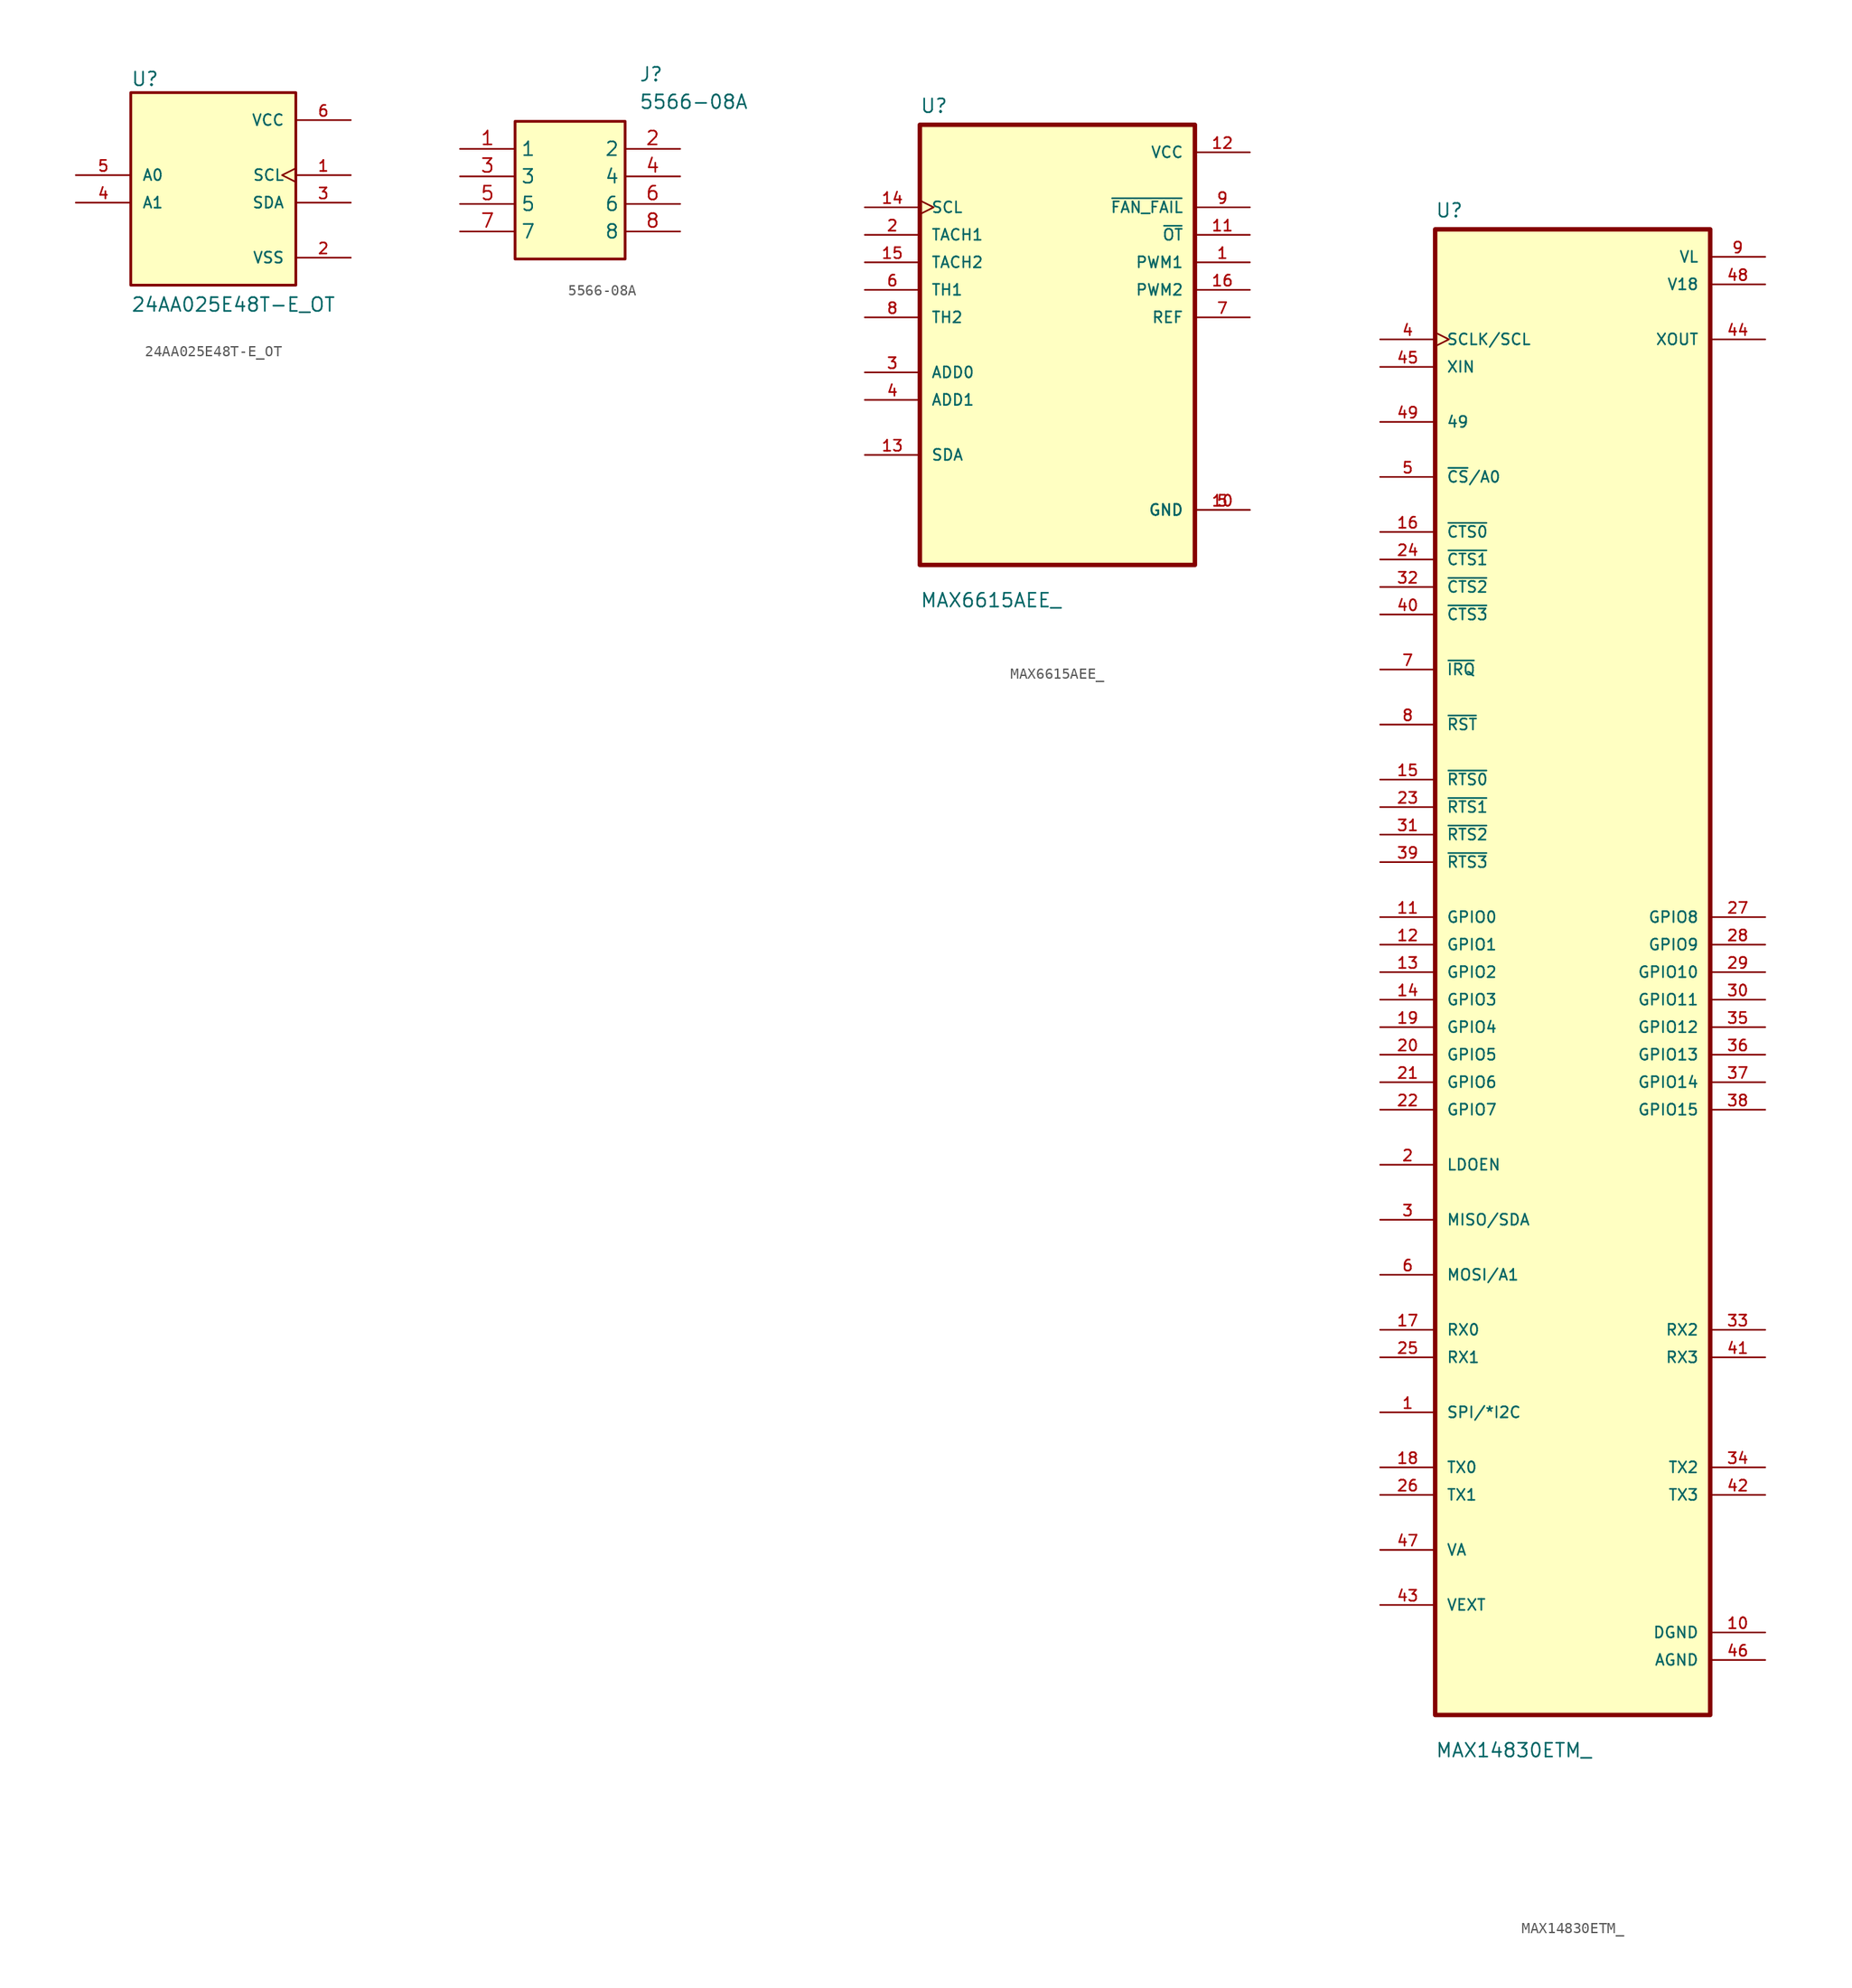
<source format=kicad_sym>
(kicad_symbol_lib
  (version 20231120)
  (generator "kicad_symbol_editor")
  (generator_version "8.0")
  (symbol "24AA025E48T-E_OT"
    (pin_names
      (offset 1.016))
    (property "Reference" "U"
      (at -7.62 10.668 0)
      (effects (font (size 1.27 1.27)) (justify left bottom)))
    (property "Value" "24AA025E48T-E_OT"
      (at -7.62 -10.16 0)
      (effects (font (size 1.27 1.27)) (justify left bottom)))
    (symbol "24AA025E48T-E_OT_0_0"
      (rectangle (start -7.62 -7.62) (end 7.62 10.16) (stroke (width 0.254) (type default)) (fill (type background)))
      (pin input clock (at 12.7 2.54 180) (length 5.08) (name "SCL" (effects (font (size 1.016 1.016)))) (number "1" (effects (font (size 1.016 1.016)))))
      (pin power_in line (at 12.7 -5.08 180) (length 5.08) (name "VSS" (effects (font (size 1.016 1.016)))) (number "2" (effects (font (size 1.016 1.016)))))
      (pin bidirectional line (at 12.7 0 180) (length 5.08) (name "SDA" (effects (font (size 1.016 1.016)))) (number "3" (effects (font (size 1.016 1.016)))))
      (pin input line (at -12.7 0 0) (length 5.08) (name "A1" (effects (font (size 1.016 1.016)))) (number "4" (effects (font (size 1.016 1.016)))))
      (pin input line (at -12.7 2.54 0) (length 5.08) (name "A0" (effects (font (size 1.016 1.016)))) (number "5" (effects (font (size 1.016 1.016)))))
      (pin power_in line (at 12.7 7.62 180) (length 5.08) (name "VCC" (effects (font (size 1.016 1.016)))) (number "6" (effects (font (size 1.016 1.016)))))))
  (symbol "5566-08A"
    (property "Reference" "J"
      (at 16.51 7.62 0)
      (effects (font (size 1.27 1.27)) (justify left top)))
    (property "Value" "5566-08A"
      (at 16.51 5.08 0)
      (effects (font (size 1.27 1.27)) (justify left top)))
    (symbol "5566-08A_1_1"
      (rectangle (start 5.08 2.54) (end 15.24 -10.16) (stroke (width 0.254) (type default)) (fill (type background)))
      (pin passive line (at 0 0 0) (length 5.08) (name "1" (effects (font (size 1.27 1.27)))) (number "1" (effects (font (size 1.27 1.27)))))
      (pin passive line (at 20.32 0 180) (length 5.08) (name "2" (effects (font (size 1.27 1.27)))) (number "2" (effects (font (size 1.27 1.27)))))
      (pin passive line (at 0 -2.54 0) (length 5.08) (name "3" (effects (font (size 1.27 1.27)))) (number "3" (effects (font (size 1.27 1.27)))))
      (pin passive line (at 20.32 -2.54 180) (length 5.08) (name "4" (effects (font (size 1.27 1.27)))) (number "4" (effects (font (size 1.27 1.27)))))
      (pin passive line (at 0 -5.08 0) (length 5.08) (name "5" (effects (font (size 1.27 1.27)))) (number "5" (effects (font (size 1.27 1.27)))))
      (pin passive line (at 20.32 -5.08 180) (length 5.08) (name "6" (effects (font (size 1.27 1.27)))) (number "6" (effects (font (size 1.27 1.27)))))
      (pin passive line (at 0 -7.62 0) (length 5.08) (name "7" (effects (font (size 1.27 1.27)))) (number "7" (effects (font (size 1.27 1.27)))))
      (pin passive line (at 20.32 -7.62 180) (length 5.08) (name "8" (effects (font (size 1.27 1.27)))) (number "8" (effects (font (size 1.27 1.27)))))))
  (symbol "MAX6615AEE_"
    (pin_names
      (offset 1.016))
    (property "Reference" "U"
      (at -12.7 21.32 0)
      (effects (font (size 1.27 1.27)) (justify left bottom)))
    (property "Value" "MAX6615AEE_"
      (at -12.7 -24.32 0)
      (effects (font (size 1.27 1.27)) (justify left bottom)))
    (symbol "MAX6615AEE__0_0"
      (rectangle (start -12.7 -20.32) (end 12.7 20.32) (stroke (width 0.41) (type default)) (fill (type background)))
      (pin output line (at 17.78 7.62 180) (length 5.08) (name "PWM1" (effects (font (size 1.016 1.016)))) (number "1" (effects (font (size 1.016 1.016)))))
      (pin power_in line (at 17.78 -15.24 180) (length 5.08) (name "GND" (effects (font (size 1.016 1.016)))) (number "10" (effects (font (size 1.016 1.016)))))
      (pin output line (at 17.78 10.16 180) (length 5.08) (name "~{OT}" (effects (font (size 1.016 1.016)))) (number "11" (effects (font (size 1.016 1.016)))))
      (pin power_in line (at 17.78 17.78 180) (length 5.08) (name "VCC" (effects (font (size 1.016 1.016)))) (number "12" (effects (font (size 1.016 1.016)))))
      (pin bidirectional line (at -17.78 -10.16 0) (length 5.08) (name "SDA" (effects (font (size 1.016 1.016)))) (number "13" (effects (font (size 1.016 1.016)))))
      (pin input clock (at -17.78 12.7 0) (length 5.08) (name "SCL" (effects (font (size 1.016 1.016)))) (number "14" (effects (font (size 1.016 1.016)))))
      (pin input line (at -17.78 7.62 0) (length 5.08) (name "TACH2" (effects (font (size 1.016 1.016)))) (number "15" (effects (font (size 1.016 1.016)))))
      (pin output line (at 17.78 5.08 180) (length 5.08) (name "PWM2" (effects (font (size 1.016 1.016)))) (number "16" (effects (font (size 1.016 1.016)))))
      (pin input line (at -17.78 10.16 0) (length 5.08) (name "TACH1" (effects (font (size 1.016 1.016)))) (number "2" (effects (font (size 1.016 1.016)))))
      (pin bidirectional line (at -17.78 -2.54 0) (length 5.08) (name "ADD0" (effects (font (size 1.016 1.016)))) (number "3" (effects (font (size 1.016 1.016)))))
      (pin bidirectional line (at -17.78 -5.08 0) (length 5.08) (name "ADD1" (effects (font (size 1.016 1.016)))) (number "4" (effects (font (size 1.016 1.016)))))
      (pin power_in line (at 17.78 -15.24 180) (length 5.08) (name "GND" (effects (font (size 1.016 1.016)))) (number "5" (effects (font (size 1.016 1.016)))))
      (pin input line (at -17.78 5.08 0) (length 5.08) (name "TH1" (effects (font (size 1.016 1.016)))) (number "6" (effects (font (size 1.016 1.016)))))
      (pin output line (at 17.78 2.54 180) (length 5.08) (name "REF" (effects (font (size 1.016 1.016)))) (number "7" (effects (font (size 1.016 1.016)))))
      (pin input line (at -17.78 2.54 0) (length 5.08) (name "TH2" (effects (font (size 1.016 1.016)))) (number "8" (effects (font (size 1.016 1.016)))))
      (pin output line (at 17.78 12.7 180) (length 5.08) (name "~{FAN_FAIL}" (effects (font (size 1.016 1.016)))) (number "9" (effects (font (size 1.016 1.016)))))))
  (symbol "MAX14830ETM_"
    (pin_names
      (offset 1.016))
    (property "Reference" "U"
      (at -12.7 69.58 0)
      (effects (font (size 1.27 1.27)) (justify left bottom)))
    (property "Value" "MAX14830ETM_"
      (at -12.7 -72.58 0)
      (effects (font (size 1.27 1.27)) (justify left bottom)))
    (symbol "MAX14830ETM__0_0"
      (rectangle (start -12.7 -68.58) (end 12.7 68.58) (stroke (width 0.41) (type default)) (fill (type background)))
      (pin bidirectional line (at -17.78 -40.64 0) (length 5.08) (name "SPI/*I2C" (effects (font (size 1.016 1.016)))) (number "1" (effects (font (size 1.016 1.016)))))
      (pin power_in line (at 17.78 -60.96 180) (length 5.08) (name "DGND" (effects (font (size 1.016 1.016)))) (number "10" (effects (font (size 1.016 1.016)))))
      (pin bidirectional line (at -17.78 5.08 0) (length 5.08) (name "GPIO0" (effects (font (size 1.016 1.016)))) (number "11" (effects (font (size 1.016 1.016)))))
      (pin bidirectional line (at -17.78 2.54 0) (length 5.08) (name "GPIO1" (effects (font (size 1.016 1.016)))) (number "12" (effects (font (size 1.016 1.016)))))
      (pin bidirectional line (at -17.78 0 0) (length 5.08) (name "GPIO2" (effects (font (size 1.016 1.016)))) (number "13" (effects (font (size 1.016 1.016)))))
      (pin bidirectional line (at -17.78 -2.54 0) (length 5.08) (name "GPIO3" (effects (font (size 1.016 1.016)))) (number "14" (effects (font (size 1.016 1.016)))))
      (pin bidirectional line (at -17.78 17.78 0) (length 5.08) (name "~{RTS0}" (effects (font (size 1.016 1.016)))) (number "15" (effects (font (size 1.016 1.016)))))
      (pin bidirectional line (at -17.78 40.64 0) (length 5.08) (name "~{CTS0}" (effects (font (size 1.016 1.016)))) (number "16" (effects (font (size 1.016 1.016)))))
      (pin bidirectional line (at -17.78 -33.02 0) (length 5.08) (name "RX0" (effects (font (size 1.016 1.016)))) (number "17" (effects (font (size 1.016 1.016)))))
      (pin bidirectional line (at -17.78 -45.72 0) (length 5.08) (name "TX0" (effects (font (size 1.016 1.016)))) (number "18" (effects (font (size 1.016 1.016)))))
      (pin bidirectional line (at -17.78 -5.08 0) (length 5.08) (name "GPIO4" (effects (font (size 1.016 1.016)))) (number "19" (effects (font (size 1.016 1.016)))))
      (pin bidirectional line (at -17.78 -17.78 0) (length 5.08) (name "LDOEN" (effects (font (size 1.016 1.016)))) (number "2" (effects (font (size 1.016 1.016)))))
      (pin bidirectional line (at -17.78 -7.62 0) (length 5.08) (name "GPIO5" (effects (font (size 1.016 1.016)))) (number "20" (effects (font (size 1.016 1.016)))))
      (pin bidirectional line (at -17.78 -10.16 0) (length 5.08) (name "GPIO6" (effects (font (size 1.016 1.016)))) (number "21" (effects (font (size 1.016 1.016)))))
      (pin bidirectional line (at -17.78 -12.7 0) (length 5.08) (name "GPIO7" (effects (font (size 1.016 1.016)))) (number "22" (effects (font (size 1.016 1.016)))))
      (pin bidirectional line (at -17.78 15.24 0) (length 5.08) (name "~{RTS1}" (effects (font (size 1.016 1.016)))) (number "23" (effects (font (size 1.016 1.016)))))
      (pin bidirectional line (at -17.78 38.1 0) (length 5.08) (name "~{CTS1}" (effects (font (size 1.016 1.016)))) (number "24" (effects (font (size 1.016 1.016)))))
      (pin bidirectional line (at -17.78 -35.56 0) (length 5.08) (name "RX1" (effects (font (size 1.016 1.016)))) (number "25" (effects (font (size 1.016 1.016)))))
      (pin bidirectional line (at -17.78 -48.26 0) (length 5.08) (name "TX1" (effects (font (size 1.016 1.016)))) (number "26" (effects (font (size 1.016 1.016)))))
      (pin bidirectional line (at 17.78 5.08 180) (length 5.08) (name "GPIO8" (effects (font (size 1.016 1.016)))) (number "27" (effects (font (size 1.016 1.016)))))
      (pin bidirectional line (at 17.78 2.54 180) (length 5.08) (name "GPIO9" (effects (font (size 1.016 1.016)))) (number "28" (effects (font (size 1.016 1.016)))))
      (pin bidirectional line (at 17.78 0 180) (length 5.08) (name "GPIO10" (effects (font (size 1.016 1.016)))) (number "29" (effects (font (size 1.016 1.016)))))
      (pin bidirectional line (at -17.78 -22.86 0) (length 5.08) (name "MISO/SDA" (effects (font (size 1.016 1.016)))) (number "3" (effects (font (size 1.016 1.016)))))
      (pin bidirectional line (at 17.78 -2.54 180) (length 5.08) (name "GPIO11" (effects (font (size 1.016 1.016)))) (number "30" (effects (font (size 1.016 1.016)))))
      (pin bidirectional line (at -17.78 12.7 0) (length 5.08) (name "~{RTS2}" (effects (font (size 1.016 1.016)))) (number "31" (effects (font (size 1.016 1.016)))))
      (pin bidirectional line (at -17.78 35.56 0) (length 5.08) (name "~{CTS2}" (effects (font (size 1.016 1.016)))) (number "32" (effects (font (size 1.016 1.016)))))
      (pin bidirectional line (at 17.78 -33.02 180) (length 5.08) (name "RX2" (effects (font (size 1.016 1.016)))) (number "33" (effects (font (size 1.016 1.016)))))
      (pin bidirectional line (at 17.78 -45.72 180) (length 5.08) (name "TX2" (effects (font (size 1.016 1.016)))) (number "34" (effects (font (size 1.016 1.016)))))
      (pin bidirectional line (at 17.78 -5.08 180) (length 5.08) (name "GPIO12" (effects (font (size 1.016 1.016)))) (number "35" (effects (font (size 1.016 1.016)))))
      (pin bidirectional line (at 17.78 -7.62 180) (length 5.08) (name "GPIO13" (effects (font (size 1.016 1.016)))) (number "36" (effects (font (size 1.016 1.016)))))
      (pin bidirectional line (at 17.78 -10.16 180) (length 5.08) (name "GPIO14" (effects (font (size 1.016 1.016)))) (number "37" (effects (font (size 1.016 1.016)))))
      (pin bidirectional line (at 17.78 -12.7 180) (length 5.08) (name "GPIO15" (effects (font (size 1.016 1.016)))) (number "38" (effects (font (size 1.016 1.016)))))
      (pin bidirectional line (at -17.78 10.16 0) (length 5.08) (name "~{RTS3}" (effects (font (size 1.016 1.016)))) (number "39" (effects (font (size 1.016 1.016)))))
      (pin input clock (at -17.78 58.42 0) (length 5.08) (name "SCLK/SCL" (effects (font (size 1.016 1.016)))) (number "4" (effects (font (size 1.016 1.016)))))
      (pin bidirectional line (at -17.78 33.02 0) (length 5.08) (name "~{CTS3}" (effects (font (size 1.016 1.016)))) (number "40" (effects (font (size 1.016 1.016)))))
      (pin bidirectional line (at 17.78 -35.56 180) (length 5.08) (name "RX3" (effects (font (size 1.016 1.016)))) (number "41" (effects (font (size 1.016 1.016)))))
      (pin bidirectional line (at 17.78 -48.26 180) (length 5.08) (name "TX3" (effects (font (size 1.016 1.016)))) (number "42" (effects (font (size 1.016 1.016)))))
      (pin bidirectional line (at -17.78 -58.42 0) (length 5.08) (name "VEXT" (effects (font (size 1.016 1.016)))) (number "43" (effects (font (size 1.016 1.016)))))
      (pin output line (at 17.78 58.42 180) (length 5.08) (name "XOUT" (effects (font (size 1.016 1.016)))) (number "44" (effects (font (size 1.016 1.016)))))
      (pin input line (at -17.78 55.88 0) (length 5.08) (name "XIN" (effects (font (size 1.016 1.016)))) (number "45" (effects (font (size 1.016 1.016)))))
      (pin power_in line (at 17.78 -63.5 180) (length 5.08) (name "AGND" (effects (font (size 1.016 1.016)))) (number "46" (effects (font (size 1.016 1.016)))))
      (pin bidirectional line (at -17.78 -53.34 0) (length 5.08) (name "VA" (effects (font (size 1.016 1.016)))) (number "47" (effects (font (size 1.016 1.016)))))
      (pin power_in line (at 17.78 63.5 180) (length 5.08) (name "V18" (effects (font (size 1.016 1.016)))) (number "48" (effects (font (size 1.016 1.016)))))
      (pin bidirectional line (at -17.78 50.8 0) (length 5.08) (name "49" (effects (font (size 1.016 1.016)))) (number "49" (effects (font (size 1.016 1.016)))))
      (pin bidirectional line (at -17.78 45.72 0) (length 5.08) (name "~{CS}/A0" (effects (font (size 1.016 1.016)))) (number "5" (effects (font (size 1.016 1.016)))))
      (pin bidirectional line (at -17.78 -27.94 0) (length 5.08) (name "MOSI/A1" (effects (font (size 1.016 1.016)))) (number "6" (effects (font (size 1.016 1.016)))))
      (pin bidirectional line (at -17.78 27.94 0) (length 5.08) (name "~{IRQ}" (effects (font (size 1.016 1.016)))) (number "7" (effects (font (size 1.016 1.016)))))
      (pin bidirectional line (at -17.78 22.86 0) (length 5.08) (name "~{RST}" (effects (font (size 1.016 1.016)))) (number "8" (effects (font (size 1.016 1.016)))))
      (pin power_in line (at 17.78 66.04 180) (length 5.08) (name "VL" (effects (font (size 1.016 1.016)))) (number "9" (effects (font (size 1.016 1.016))))))))
</source>
